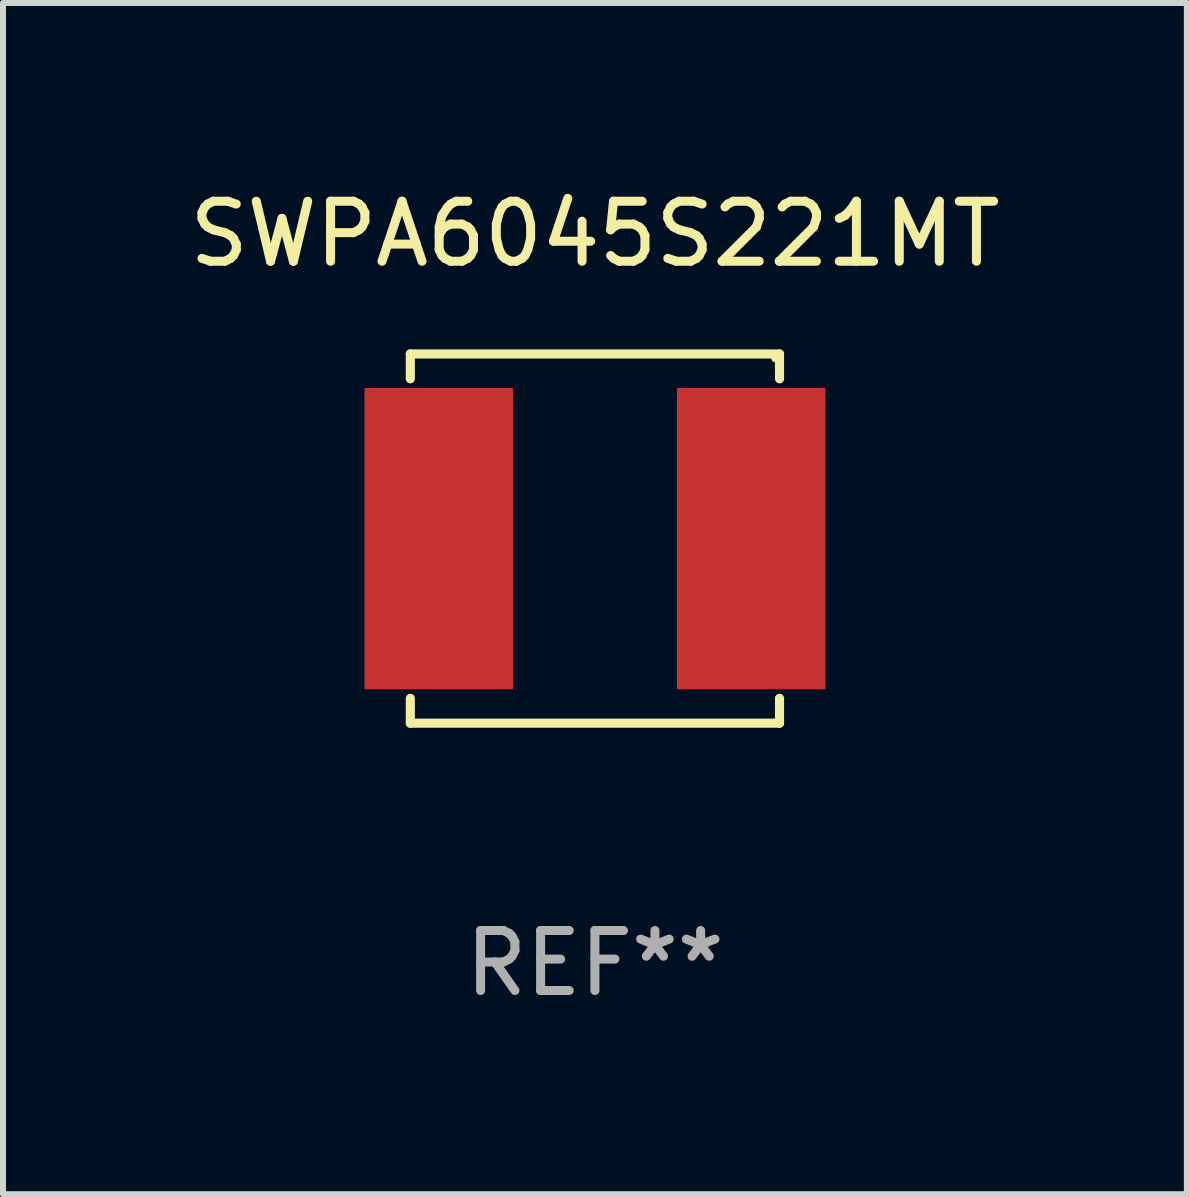
<source format=kicad_pcb>
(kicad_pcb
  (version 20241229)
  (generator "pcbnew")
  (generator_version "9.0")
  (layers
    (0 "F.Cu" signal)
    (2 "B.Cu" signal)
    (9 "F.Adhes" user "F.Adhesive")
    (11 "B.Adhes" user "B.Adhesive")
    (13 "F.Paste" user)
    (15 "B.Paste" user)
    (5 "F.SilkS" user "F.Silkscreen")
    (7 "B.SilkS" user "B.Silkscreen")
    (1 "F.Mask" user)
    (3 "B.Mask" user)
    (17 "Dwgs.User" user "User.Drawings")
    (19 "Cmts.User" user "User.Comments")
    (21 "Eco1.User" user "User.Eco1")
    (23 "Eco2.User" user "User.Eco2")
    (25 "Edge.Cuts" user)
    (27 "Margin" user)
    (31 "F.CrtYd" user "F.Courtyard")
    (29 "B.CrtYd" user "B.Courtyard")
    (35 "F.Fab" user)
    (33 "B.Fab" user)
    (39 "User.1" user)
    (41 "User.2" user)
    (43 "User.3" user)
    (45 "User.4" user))
  (footprint "SWPA6045S221MT"
    (layer "F.Cu")
    (at 6.863 5.924)
    (property "Reference" "SWPA6045S221MT" (at 0 -5.076 0) (layer "F.SilkS") (effects (font (size 1 1) (thickness 0.15))))
    (attr through_hole)
    (fp_line (start -3.076 -3.076) (end 3.076 -3.076) (stroke (width 0.152) (type solid)) (layer "F.SilkS"))
    (fp_line (start -3.076 -2.662) (end -3.076 -3.076) (stroke (width 0.152) (type solid)) (layer "F.SilkS"))
    (fp_line (start -3.076 2.662) (end -3.076 3.076) (stroke (width 0.152) (type solid)) (layer "F.SilkS"))
    (fp_line (start -3.076 3.076) (end 3.076 3.076) (stroke (width 0.152) (type solid)) (layer "F.SilkS"))
    (fp_line (start 3.076 -3.076) (end 3.076 -2.662) (stroke (width 0.152) (type solid)) (layer "F.SilkS"))
    (fp_line (start 3.076 3.076) (end 3.076 2.662) (stroke (width 0.152) (type solid)) (layer "F.SilkS"))
    (fp_circle (center 3 -3) (end 3.03 -3) (stroke (width 0.06) (type solid)) (fill no) (layer "F.SilkS"))
    (fp_text user "REF**" (at 0 7.076 0) (layer "F.Fab") (effects (font (size 1 1) (thickness 0.15))))
    (pad "1" smd rect (at 2.603 0) (size 2.474 5.02) (layers "F.Cu" "F.Mask" "F.Paste"))
    (pad "2" smd rect (at -2.603 0) (size 2.474 5.02) (layers "F.Cu" "F.Mask" "F.Paste")))
  (gr_rect
    (start -3 -3)
    (end 16.726 16.849)
    (stroke (width 0.1) (type default))
    (fill no)
    (layer "Edge.Cuts")))
</source>
